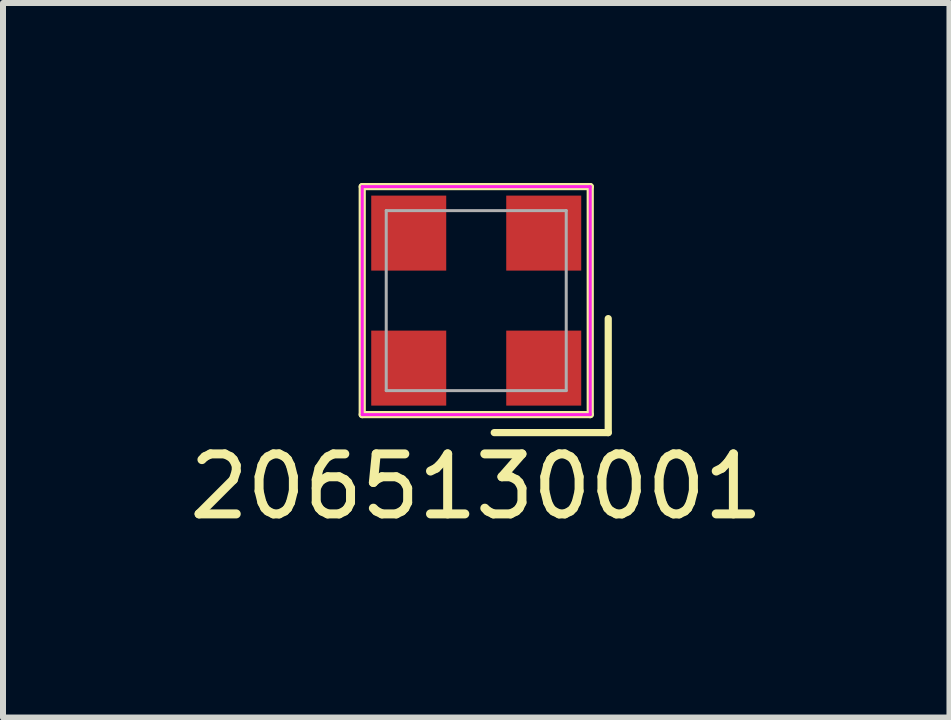
<source format=kicad_pcb>
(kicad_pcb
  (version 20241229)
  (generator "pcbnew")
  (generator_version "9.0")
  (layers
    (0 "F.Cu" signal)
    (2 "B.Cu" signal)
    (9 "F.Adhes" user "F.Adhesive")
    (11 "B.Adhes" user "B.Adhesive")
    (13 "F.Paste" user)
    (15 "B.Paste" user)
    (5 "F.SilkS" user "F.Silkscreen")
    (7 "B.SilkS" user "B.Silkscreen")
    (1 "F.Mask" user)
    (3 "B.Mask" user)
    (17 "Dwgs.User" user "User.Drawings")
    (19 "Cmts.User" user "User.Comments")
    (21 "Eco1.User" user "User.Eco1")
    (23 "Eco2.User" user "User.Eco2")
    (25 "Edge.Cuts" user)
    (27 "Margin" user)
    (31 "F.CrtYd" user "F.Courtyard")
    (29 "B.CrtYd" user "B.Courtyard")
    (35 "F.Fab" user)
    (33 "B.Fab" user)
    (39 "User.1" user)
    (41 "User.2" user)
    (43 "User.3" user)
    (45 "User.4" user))
  (footprint "2065130001"
    (layer "F.Cu")
    (at 4.887 1.96)
    (property "Reference" "2065130001" (at 0 3.1 0) (layer "F.SilkS") (effects (font (size 1 1) (thickness 0.15))))
    (attr smd)
    (fp_line (start -1.9 -1.9) (end -1.9 1.9) (stroke (width 0.12) (type solid)) (layer "F.SilkS"))
    (fp_line (start -1.9 1.9) (end 1.9 1.9) (stroke (width 0.12) (type solid)) (layer "F.SilkS"))
    (fp_line (start 0.3 2.2) (end 2.2 2.2) (stroke (width 0.12) (type solid)) (layer "F.SilkS"))
    (fp_line (start 1.9 -1.9) (end -1.9 -1.9) (stroke (width 0.12) (type solid)) (layer "F.SilkS"))
    (fp_line (start 1.9 1.9) (end 1.9 -1.9) (stroke (width 0.12) (type solid)) (layer "F.SilkS"))
    (fp_line (start 2.2 2.2) (end 2.2 0.3) (stroke (width 0.12) (type solid)) (layer "F.SilkS"))
    (fp_line (start -1.9 -1.9) (end -1.9 1.9) (stroke (width 0.05) (type solid)) (layer "F.CrtYd"))
    (fp_line (start -1.9 1.9) (end 1.9 1.9) (stroke (width 0.05) (type solid)) (layer "F.CrtYd"))
    (fp_line (start 1.9 -1.9) (end -1.9 -1.9) (stroke (width 0.05) (type solid)) (layer "F.CrtYd"))
    (fp_line (start 1.9 1.9) (end 1.9 -1.9) (stroke (width 0.05) (type solid)) (layer "F.CrtYd"))
    (fp_line (start -1.5 -1.5) (end 1.5 -1.5) (stroke (width 0.05) (type solid)) (layer "F.Fab"))
    (fp_line (start -1.5 1.5) (end -1.5 -1.5) (stroke (width 0.05) (type solid)) (layer "F.Fab"))
    (fp_line (start 1.5 -1.5) (end 1.5 1.5) (stroke (width 0.05) (type solid)) (layer "F.Fab"))
    (fp_line (start 1.5 1.5) (end -1.5 1.5) (stroke (width 0.05) (type solid)) (layer "F.Fab"))
    (pad "" smd rect (at -1.125 -1.125 180) (size 1.25 1.25) (layers "F.Cu" "F.Mask" "F.Paste"))
    (pad "" smd rect (at -1.125 1.125 270) (size 1.25 1.25) (layers "F.Cu" "F.Mask" "F.Paste"))
    (pad "" smd rect (at 1.125 -1.125 90) (size 1.25 1.25) (layers "F.Cu" "F.Mask" "F.Paste"))
    (pad "1" smd rect (at 1.125 1.125) (size 1.25 1.25) (layers "F.Cu" "F.Mask" "F.Paste")))
  (gr_rect
    (start -3 -3)
    (end 12.774 8.908)
    (stroke (width 0.1) (type default))
    (fill no)
    (layer "Edge.Cuts")))
</source>
